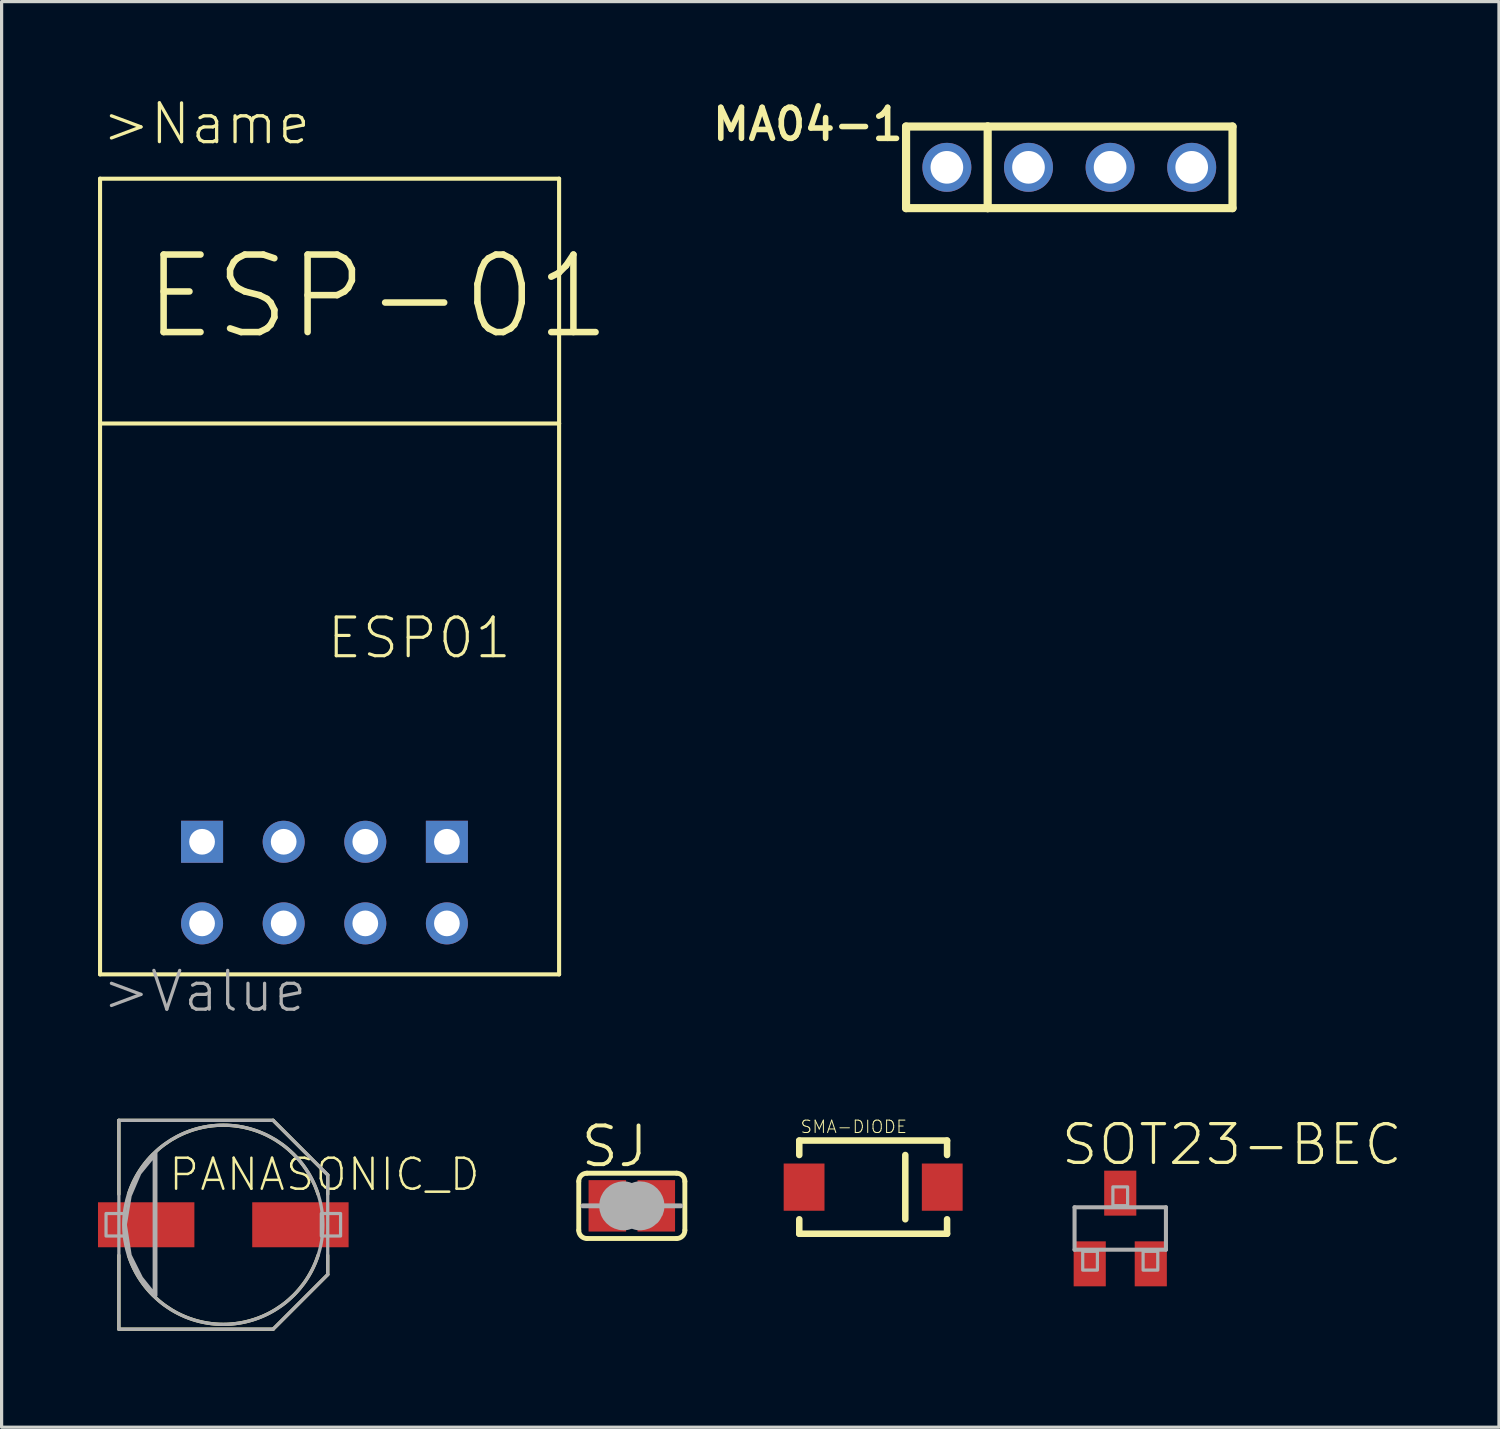
<source format=kicad_pcb>
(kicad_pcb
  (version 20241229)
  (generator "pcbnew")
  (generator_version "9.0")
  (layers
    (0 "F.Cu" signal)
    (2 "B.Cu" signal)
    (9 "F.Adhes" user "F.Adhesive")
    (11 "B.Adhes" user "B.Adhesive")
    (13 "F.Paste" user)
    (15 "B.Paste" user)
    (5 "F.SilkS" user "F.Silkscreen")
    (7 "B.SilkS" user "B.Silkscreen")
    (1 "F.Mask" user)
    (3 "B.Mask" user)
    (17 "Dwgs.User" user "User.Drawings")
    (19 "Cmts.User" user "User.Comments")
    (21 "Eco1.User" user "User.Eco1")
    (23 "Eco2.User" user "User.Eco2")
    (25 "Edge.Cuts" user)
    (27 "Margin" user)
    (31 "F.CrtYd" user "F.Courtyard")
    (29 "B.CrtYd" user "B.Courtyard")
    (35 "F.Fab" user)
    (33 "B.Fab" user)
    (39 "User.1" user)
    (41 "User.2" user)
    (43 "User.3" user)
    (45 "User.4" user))
  (footprint "SOT23-BEC"
    (layer "F.Cu")
    (at 31.816 35.185)
    (property "Reference" "SOT23-BEC" (at -1.905 -1.905 0) (layer "F.SilkS") (effects (font (size 1.206 1.206) (thickness 0.102)) (justify left bottom)))
    (attr through_hole)
    (fp_line (start -1.422 -0.66) (end 1.422 -0.66) (stroke (width 0.127) (type solid)) (layer "F.Fab"))
    (fp_line (start -1.422 0.66) (end -1.422 -0.66) (stroke (width 0.127) (type solid)) (layer "F.Fab"))
    (fp_line (start 1.422 -0.66) (end 1.422 0.66) (stroke (width 0.127) (type solid)) (layer "F.Fab"))
    (fp_line (start 1.422 0.66) (end -1.422 0.66) (stroke (width 0.127) (type solid)) (layer "F.Fab"))
    (fp_poly (pts (xy -1.168 1.295) (xy -0.711 1.295) (xy -0.711 0.711) (xy -1.168 0.711)) (stroke (width 0.1) (type solid)) (fill no) (layer "F.Fab"))
    (fp_poly (pts (xy -0.229 -0.711) (xy 0.229 -0.711) (xy 0.229 -1.295) (xy -0.229 -1.295)) (stroke (width 0.1) (type solid)) (fill no) (layer "F.Fab"))
    (fp_poly (pts (xy 0.711 1.295) (xy 1.168 1.295) (xy 1.168 0.711) (xy 0.711 0.711)) (stroke (width 0.1) (type solid)) (fill no) (layer "F.Fab"))
    (pad "B" smd rect (at -0.95 1.1) (size 1 1.4) (layers "F.Cu" "F.Mask" "F.Paste"))
    (pad "C" smd rect (at 0 -1.1) (size 1 1.4) (layers "F.Cu" "F.Mask" "F.Paste"))
    (pad "E" smd rect (at 0.95 1.1) (size 1 1.4) (layers "F.Cu" "F.Mask" "F.Paste")))
  (footprint "SMA-DIODE"
    (layer "F.Cu")
    (at 24.126 33.898)
    (property "Reference" "SMA-DIODE" (at -2.286 -1.651 0) (layer "F.SilkS") (effects (font (size 0.386 0.386) (thickness 0.031)) (justify left bottom)))
    (attr through_hole)
    (fp_line (start -2.3 -1.45) (end 2.3 -1.45) (stroke (width 0.203) (type solid)) (layer "F.SilkS"))
    (fp_line (start -2.3 -1) (end -2.3 -1.45) (stroke (width 0.203) (type solid)) (layer "F.SilkS"))
    (fp_line (start -2.3 1.45) (end -2.3 1) (stroke (width 0.203) (type solid)) (layer "F.SilkS"))
    (fp_line (start 1 -1) (end 1 1) (stroke (width 0.203) (type solid)) (layer "F.SilkS"))
    (fp_line (start 2.3 -1.45) (end 2.3 -1) (stroke (width 0.203) (type solid)) (layer "F.SilkS"))
    (fp_line (start 2.3 1) (end 2.3 1.45) (stroke (width 0.203) (type solid)) (layer "F.SilkS"))
    (fp_line (start 2.3 1.45) (end -2.3 1.45) (stroke (width 0.203) (type solid)) (layer "F.SilkS"))
    (pad "A" smd rect (at -2.15 0 180) (size 1.27 1.47) (layers "F.Cu" "F.Mask" "F.Paste"))
    (pad "C" smd rect (at 2.15 0) (size 1.27 1.47) (layers "F.Cu" "F.Mask" "F.Paste")))
  (footprint "MA04-1"
    (layer "F.Cu")
    (at 30.23 2.158)
    (property "Reference" "MA04-1" (at -5.08 -1.905 180) (layer "F.SilkS") (effects (font (size 0.965 0.965) (thickness 0.174)) (justify right top)))
    (attr through_hole)
    (fp_line (start -5.08 -1.27) (end -5.08 1.27) (stroke (width 0.254) (type solid)) (layer "F.SilkS"))
    (fp_line (start -5.08 -1.27) (end -2.54 -1.27) (stroke (width 0.254) (type solid)) (layer "F.SilkS"))
    (fp_line (start -2.54 -1.27) (end -2.54 1.27) (stroke (width 0.254) (type solid)) (layer "F.SilkS"))
    (fp_line (start -2.54 -1.27) (end 5.08 -1.27) (stroke (width 0.254) (type solid)) (layer "F.SilkS"))
    (fp_line (start -2.54 1.27) (end -5.08 1.27) (stroke (width 0.254) (type solid)) (layer "F.SilkS"))
    (fp_line (start 5.08 -1.27) (end 5.08 1.27) (stroke (width 0.254) (type solid)) (layer "F.SilkS"))
    (fp_line (start 5.08 1.27) (end -2.54 1.27) (stroke (width 0.254) (type solid)) (layer "F.SilkS"))
    (fp_poly (pts (xy -4.064 0.254) (xy -3.556 0.254) (xy -3.556 -0.254) (xy -4.064 -0.254)) (stroke (width 0.1) (type solid)) (fill no) (layer "F.Fab"))
    (fp_poly (pts (xy -1.524 0.254) (xy -1.016 0.254) (xy -1.016 -0.254) (xy -1.524 -0.254)) (stroke (width 0.1) (type solid)) (fill no) (layer "F.Fab"))
    (fp_poly (pts (xy 1.016 0.254) (xy 1.524 0.254) (xy 1.524 -0.254) (xy 1.016 -0.254)) (stroke (width 0.1) (type solid)) (fill no) (layer "F.Fab"))
    (fp_poly (pts (xy 3.556 0.254) (xy 4.064 0.254) (xy 4.064 -0.254) (xy 3.556 -0.254)) (stroke (width 0.1) (type solid)) (fill no) (layer "F.Fab"))
    (pad "1" thru_hole circle (at -3.81 0 90) (size 1.524 1.524) (drill 1.016) (layers "*.Cu" "*.Mask"))
    (pad "2" thru_hole circle (at -1.27 0 90) (size 1.524 1.524) (drill 1.016) (layers "*.Cu" "*.Mask"))
    (pad "3" thru_hole circle (at 1.27 0 90) (size 1.524 1.524) (drill 1.016) (layers "*.Cu" "*.Mask"))
    (pad "4" thru_hole circle (at 3.81 0 90) (size 1.524 1.524) (drill 1.016) (layers "*.Cu" "*.Mask")))
  (footprint "ESP01"
    (layer "F.Cu")
    (at 7.064 17.511)
    (property "Reference" "ESP01" (at 0 0 0) (layer "F.SilkS") (effects (font (size 1.206 1.206) (thickness 0.097)) (justify left bottom)))
    (attr through_hole)
    (fp_line (start -7 -15) (end -7 -7.38) (stroke (width 0.127) (type solid)) (layer "F.SilkS"))
    (fp_line (start -7 -7.38) (end -7 9.765) (stroke (width 0.127) (type solid)) (layer "F.SilkS"))
    (fp_line (start -7 -7.38) (end 7.287 -7.38) (stroke (width 0.127) (type solid)) (layer "F.SilkS"))
    (fp_line (start -7 9.765) (end 7.287 9.765) (stroke (width 0.127) (type solid)) (layer "F.SilkS"))
    (fp_line (start 7.287 -15) (end -7 -15) (stroke (width 0.127) (type solid)) (layer "F.SilkS"))
    (fp_line (start 7.287 -7.38) (end 7.287 -15) (stroke (width 0.127) (type solid)) (layer "F.SilkS"))
    (fp_line (start 7.287 9.765) (end 7.287 -7.38) (stroke (width 0.127) (type solid)) (layer "F.SilkS"))
    (fp_text user ">Name" (at -7 -16 0) (layer "F.SilkS") (effects (font (size 1.206 1.206) (thickness 0.102)) (justify left bottom)))
    (fp_text user "ESP-01" (at -5.73 -9.92 0) (layer "F.SilkS") (effects (font (size 2.413 2.413) (thickness 0.203)) (justify left bottom)))
    (fp_text user ">Value" (at -7 11 0) (layer "F.Fab") (effects (font (size 1.206 1.206) (thickness 0.102)) (justify left bottom)))
    (pad "CH_PD" thru_hole circle (at -1.285 8.178 270) (size 1.308 1.308) (drill 0.8) (layers "*.Cu" "*.Mask"))
    (pad "GND" thru_hole rect (at -3.825 5.638 270) (size 1.308 1.308) (drill 0.8) (layers "*.Cu" "*.Mask"))
    (pad "GPIO0" thru_hole circle (at 1.255 5.638 270) (size 1.308 1.308) (drill 0.8) (layers "*.Cu" "*.Mask"))
    (pad "GPIO2" thru_hole circle (at -1.285 5.638 270) (size 1.308 1.308) (drill 0.8) (layers "*.Cu" "*.Mask"))
    (pad "RST" thru_hole circle (at 1.255 8.178 270) (size 1.308 1.308) (drill 0.8) (layers "*.Cu" "*.Mask"))
    (pad "RX" thru_hole rect (at 3.795 5.638 270) (size 1.308 1.308) (drill 0.8) (layers "*.Cu" "*.Mask"))
    (pad "TX" thru_hole circle (at -3.825 8.178 270) (size 1.308 1.308) (drill 0.8) (layers "*.Cu" "*.Mask"))
    (pad "VCC" thru_hole circle (at 3.795 8.178 270) (size 1.308 1.308) (drill 0.8) (layers "*.Cu" "*.Mask")))
  (footprint "PANASONIC_D"
    (layer "F.Cu")
    (at 3.9 35.069)
    (property "Reference" "PANASONIC_D" (at -1.75 -1 0) (layer "F.SilkS") (effects (font (size 0.965 0.965) (thickness 0.077)) (justify left bottom)))
    (attr through_hole)
    (fp_line (start -3.25 -3.25) (end 1.55 -3.25) (stroke (width 0.102) (type solid)) (layer "F.SilkS"))
    (fp_line (start -3.25 -0.95) (end -3.25 -3.25) (stroke (width 0.102) (type solid)) (layer "F.SilkS"))
    (fp_line (start -3.25 3.25) (end -3.25 0.95) (stroke (width 0.102) (type solid)) (layer "F.SilkS"))
    (fp_line (start 1.55 -3.25) (end 3.25 -1.55) (stroke (width 0.102) (type solid)) (layer "F.SilkS"))
    (fp_line (start 1.55 3.25) (end -3.25 3.25) (stroke (width 0.102) (type solid)) (layer "F.SilkS"))
    (fp_line (start 3.25 -1.55) (end 3.25 -0.95) (stroke (width 0.102) (type solid)) (layer "F.SilkS"))
    (fp_line (start 3.25 0.95) (end 3.25 1.55) (stroke (width 0.102) (type solid)) (layer "F.SilkS"))
    (fp_line (start 3.25 1.55) (end 1.55 3.25) (stroke (width 0.102) (type solid)) (layer "F.SilkS"))
    (fp_arc (start -2.95 -0.95) (mid 0 -3.099193) (end 2.95 -0.95) (stroke (width 0.1016) (type solid)) (layer "F.SilkS"))
    (fp_arc (start 2.95 0.95) (mid 0 3.099193) (end -2.95 0.95) (stroke (width 0.1016) (type solid)) (layer "F.SilkS"))
    (fp_line (start -3.25 -3.25) (end 1.55 -3.25) (stroke (width 0.102) (type solid)) (layer "F.Fab"))
    (fp_line (start -3.25 3.25) (end -3.25 -3.25) (stroke (width 0.102) (type solid)) (layer "F.Fab"))
    (fp_line (start -2.1 -2.25) (end -2.1 2.2) (stroke (width 0.102) (type solid)) (layer "F.Fab"))
    (fp_line (start 1.55 -3.25) (end 3.25 -1.55) (stroke (width 0.102) (type solid)) (layer "F.Fab"))
    (fp_line (start 1.55 3.25) (end -3.25 3.25) (stroke (width 0.102) (type solid)) (layer "F.Fab"))
    (fp_line (start 3.25 -1.55) (end 3.25 1.55) (stroke (width 0.102) (type solid)) (layer "F.Fab"))
    (fp_line (start 3.25 1.55) (end 1.55 3.25) (stroke (width 0.102) (type solid)) (layer "F.Fab"))
    (fp_circle (center 0 0) (end 3.1 0) (stroke (width 0.102) (type solid)) (fill no) (layer "F.Fab"))
    (fp_poly (pts (xy -3.65 0.35) (xy -3.05 0.35) (xy -3.05 -0.35) (xy -3.65 -0.35)) (stroke (width 0.1) (type solid)) (fill no) (layer "F.Fab"))
    (fp_poly (pts (xy 3.05 0.35) (xy 3.65 0.35) (xy 3.65 -0.35) (xy 3.05 -0.35)) (stroke (width 0.1) (type solid)) (fill no) (layer "F.Fab"))
    (fp_poly (pts (xy -2.15 -2.15) (xy -2.6 -1.6) (xy -2.9 -0.9) (xy -3.05 0) (xy -2.9 0.95) (xy -2.55 1.65) (xy -2.15 2.15) (xy -2.15 -2.1)) (stroke (width 0.1) (type solid)) (fill no) (layer "F.Fab"))
    (pad "M" smd rect (at -2.4 0) (size 3 1.4) (layers "F.Cu" "F.Mask" "F.Paste"))
    (pad "P" smd rect (at 2.4 0) (size 3 1.4) (layers "F.Cu" "F.Mask" "F.Paste")))
  (footprint "SJ"
    (layer "F.Cu")
    (at 16.614 34.48)
    (property "Reference" "SJ" (at -1.651 -1.143 0) (layer "F.SilkS") (effects (font (size 1.206 1.206) (thickness 0.121)) (justify left bottom)))
    (attr through_hole)
    (fp_poly (pts (xy -0.076 0.914) (xy 0.076 0.914) (xy 0.076 -0.914) (xy -0.076 -0.914)) (stroke (width 0) (type solid)) (fill yes) (layer "F.Mask"))
    (fp_line (start -1.651 0.762) (end -1.651 -0.762) (stroke (width 0.152) (type solid)) (layer "F.SilkS"))
    (fp_line (start -1.397 -1.016) (end 1.397 -1.016) (stroke (width 0.152) (type solid)) (layer "F.SilkS"))
    (fp_line (start 1.397 1.016) (end -1.397 1.016) (stroke (width 0.152) (type solid)) (layer "F.SilkS"))
    (fp_line (start 1.651 0.762) (end 1.651 -0.762) (stroke (width 0.152) (type solid)) (layer "F.SilkS"))
    (fp_arc (start -1.651 -0.762) (mid -1.576605 -0.941605) (end -1.397 -1.016) (stroke (width 0.1524) (type solid)) (layer "F.SilkS"))
    (fp_arc (start -1.397 1.016) (mid -1.576605 0.941605) (end -1.651 0.762) (stroke (width 0.1524) (type solid)) (layer "F.SilkS"))
    (fp_arc (start 1.397 -1.016) (mid 1.576605 -0.941605) (end 1.651 -0.762) (stroke (width 0.1524) (type solid)) (layer "F.SilkS"))
    (fp_arc (start 1.651 0.762) (mid 1.576605 0.941605) (end 1.397 1.016) (stroke (width 0.1524) (type solid)) (layer "F.SilkS"))
    (fp_line (start -1.016 0) (end -1.524 0) (stroke (width 0.152) (type solid)) (layer "F.Fab"))
    (fp_line (start 1.016 0) (end 1.524 0) (stroke (width 0.152) (type solid)) (layer "F.Fab"))
    (fp_arc (start -0.254 0.127) (mid -0.381 0) (end -0.254 -0.127) (stroke (width 1.27) (type solid)) (layer "F.Fab"))
    (fp_arc (start 0.254 -0.127) (mid 0.381 0) (end 0.254 0.127) (stroke (width 1.27) (type solid)) (layer "F.Fab"))
    (pad "1" smd rect (at -0.762 0) (size 1.168 1.6) (layers "F.Cu" "F.Mask" "F.Paste"))
    (pad "2" smd rect (at 0.762 0) (size 1.168 1.6) (layers "F.Cu" "F.Mask" "F.Paste")))
  (gr_rect
    (start -3 -3)
    (end 43.603 41.37)
    (stroke (width 0.1) (type default))
    (fill no)
    (layer "Edge.Cuts")))
</source>
